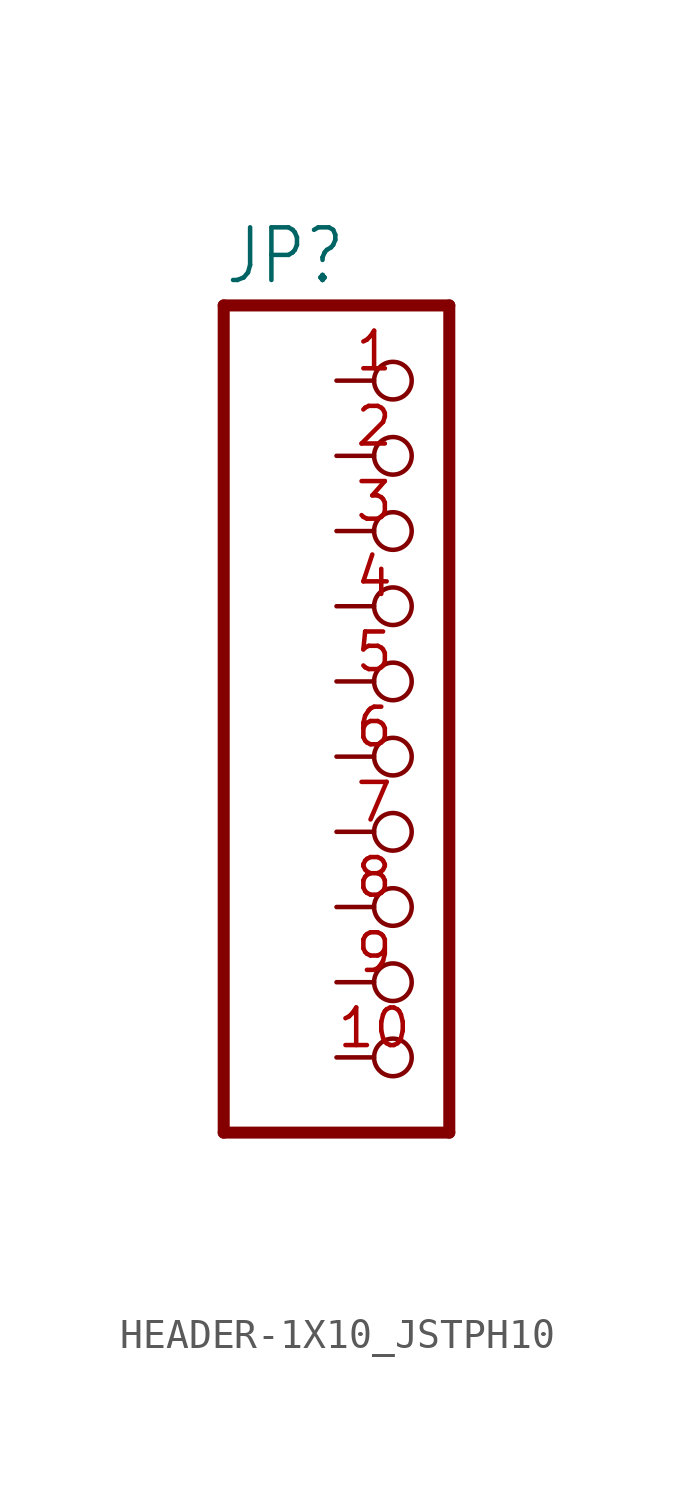
<source format=kicad_sym>
(kicad_symbol_lib
  (version 20220914)
  (generator kicad_symbol_editor)
  (symbol "HEADER-1X10_JSTPH10"
    (property "Reference" "JP"
      (at -6.35 13.335 0)
      (effects (font (size 1.778 1.511)) (justify left bottom)))
    (property "Value" ""
      (at -6.35 -17.78 0)
      (effects (font (size 1.778 1.511)) (justify left bottom)))
    (property "ki_locked" ""
      (at 0 0 0)
      (effects (font (size 1.27 1.27))))
    (symbol "HEADER-1X10_JSTPH10_1_0"
      (polyline (pts (xy -6.35 -15.24) (xy 1.27 -15.24)) (stroke (width 0.406) (type solid)) (fill (type none)))
      (polyline (pts (xy -6.35 12.7) (xy -6.35 -15.24)) (stroke (width 0.406) (type solid)) (fill (type none)))
      (polyline (pts (xy 1.27 -15.24) (xy 1.27 12.7)) (stroke (width 0.406) (type solid)) (fill (type none)))
      (polyline (pts (xy 1.27 12.7) (xy -6.35 12.7)) (stroke (width 0.406) (type solid)) (fill (type none)))
      (pin passive inverted (at -2.54 10.16 0) (length 2.54) (name "1" (effects (font (size 0 0)))) (number "1" (effects (font (size 1.27 1.27)))))
      (pin passive inverted (at -2.54 -12.7 0) (length 2.54) (name "10" (effects (font (size 0 0)))) (number "10" (effects (font (size 1.27 1.27)))))
      (pin passive inverted (at -2.54 7.62 0) (length 2.54) (name "2" (effects (font (size 0 0)))) (number "2" (effects (font (size 1.27 1.27)))))
      (pin passive inverted (at -2.54 5.08 0) (length 2.54) (name "3" (effects (font (size 0 0)))) (number "3" (effects (font (size 1.27 1.27)))))
      (pin passive inverted (at -2.54 2.54 0) (length 2.54) (name "4" (effects (font (size 0 0)))) (number "4" (effects (font (size 1.27 1.27)))))
      (pin passive inverted (at -2.54 0 0) (length 2.54) (name "5" (effects (font (size 0 0)))) (number "5" (effects (font (size 1.27 1.27)))))
      (pin passive inverted (at -2.54 -2.54 0) (length 2.54) (name "6" (effects (font (size 0 0)))) (number "6" (effects (font (size 1.27 1.27)))))
      (pin passive inverted (at -2.54 -5.08 0) (length 2.54) (name "7" (effects (font (size 0 0)))) (number "7" (effects (font (size 1.27 1.27)))))
      (pin passive inverted (at -2.54 -7.62 0) (length 2.54) (name "8" (effects (font (size 0 0)))) (number "8" (effects (font (size 1.27 1.27)))))
      (pin passive inverted (at -2.54 -10.16 0) (length 2.54) (name "9" (effects (font (size 0 0)))) (number "9" (effects (font (size 1.27 1.27))))))))
</source>
